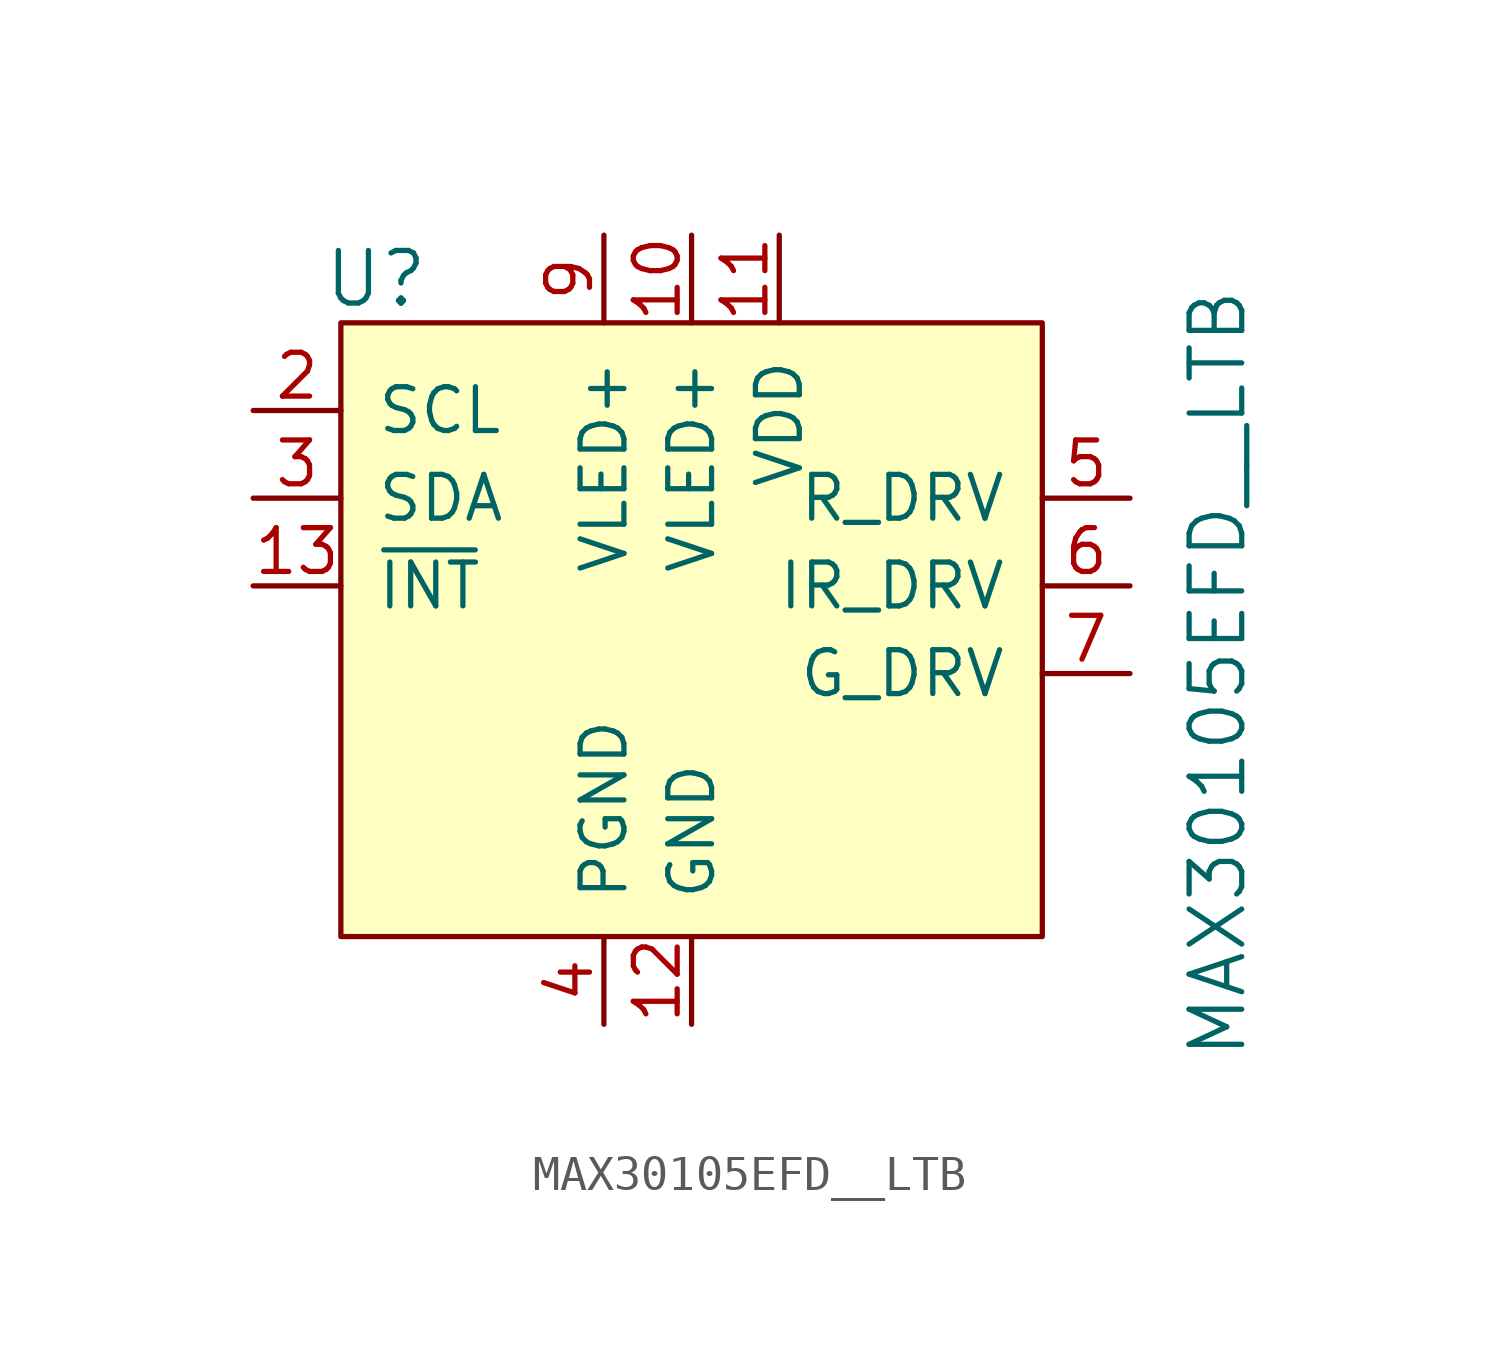
<source format=kicad_sym>
(kicad_symbol_lib
  (version 20231120)
  (generator "kicad_symbol_editor")
  (generator_version "8.0")
  (symbol "MAX30105EFD__LTB"
    (pin_names
      (offset 1.016))
    (property "Reference" "U"
      (at -9.144 11.43 0)
      (effects (font (size 1.524 1.524))))
    (property "Value" "MAX30105EFD__LTB"
      (at 15.24 0 90)
      (effects (font (size 1.524 1.524))))
    (symbol "MAX30105EFD__LTB_0_1"
      (rectangle (start -10.16 10.16) (end 10.16 -7.62) (stroke (width 0) (type solid)) (fill (type background))))
    (symbol "MAX30105EFD__LTB_1_1"
      (pin no_connect line (at -10.16 0 0) (length 2.54) hide (name "NC" (effects (font (size 1.27 1.27)))) (number "1" (effects (font (size 1.27 1.27)))))
      (pin power_in line (at 0 12.7 270) (length 2.54) (name "VLED+" (effects (font (size 1.27 1.27)))) (number "10" (effects (font (size 1.27 1.27)))))
      (pin power_in line (at 2.54 12.7 270) (length 2.54) (name "VDD" (effects (font (size 1.27 1.27)))) (number "11" (effects (font (size 1.27 1.27)))))
      (pin power_in line (at 0 -10.16 90) (length 2.54) (name "GND" (effects (font (size 1.27 1.27)))) (number "12" (effects (font (size 1.27 1.27)))))
      (pin input line (at -12.7 2.54 0) (length 2.54) (name "~{INT}" (effects (font (size 1.27 1.27)))) (number "13" (effects (font (size 1.27 1.27)))))
      (pin no_connect line (at -10.16 -2.54 0) (length 2.54) hide (name "NC" (effects (font (size 1.27 1.27)))) (number "14" (effects (font (size 1.27 1.27)))))
      (pin input line (at -12.7 7.62 0) (length 2.54) (name "SCL" (effects (font (size 1.27 1.27)))) (number "2" (effects (font (size 1.27 1.27)))))
      (pin bidirectional line (at -12.7 5.08 0) (length 2.54) (name "SDA" (effects (font (size 1.27 1.27)))) (number "3" (effects (font (size 1.27 1.27)))))
      (pin power_in line (at -2.54 -10.16 90) (length 2.54) (name "PGND" (effects (font (size 1.27 1.27)))) (number "4" (effects (font (size 1.27 1.27)))))
      (pin output line (at 12.7 5.08 180) (length 2.54) (name "R_DRV" (effects (font (size 1.27 1.27)))) (number "5" (effects (font (size 1.27 1.27)))))
      (pin output line (at 12.7 2.54 180) (length 2.54) (name "IR_DRV" (effects (font (size 1.27 1.27)))) (number "6" (effects (font (size 1.27 1.27)))))
      (pin output line (at 12.7 0 180) (length 2.54) (name "G_DRV" (effects (font (size 1.27 1.27)))) (number "7" (effects (font (size 1.27 1.27)))))
      (pin no_connect line (at -10.16 -5.08 0) (length 2.54) hide (name "NC" (effects (font (size 1.27 1.27)))) (number "8" (effects (font (size 1.27 1.27)))))
      (pin power_in line (at -2.54 12.7 270) (length 2.54) (name "VLED+" (effects (font (size 1.27 1.27)))) (number "9" (effects (font (size 1.27 1.27))))))))
</source>
